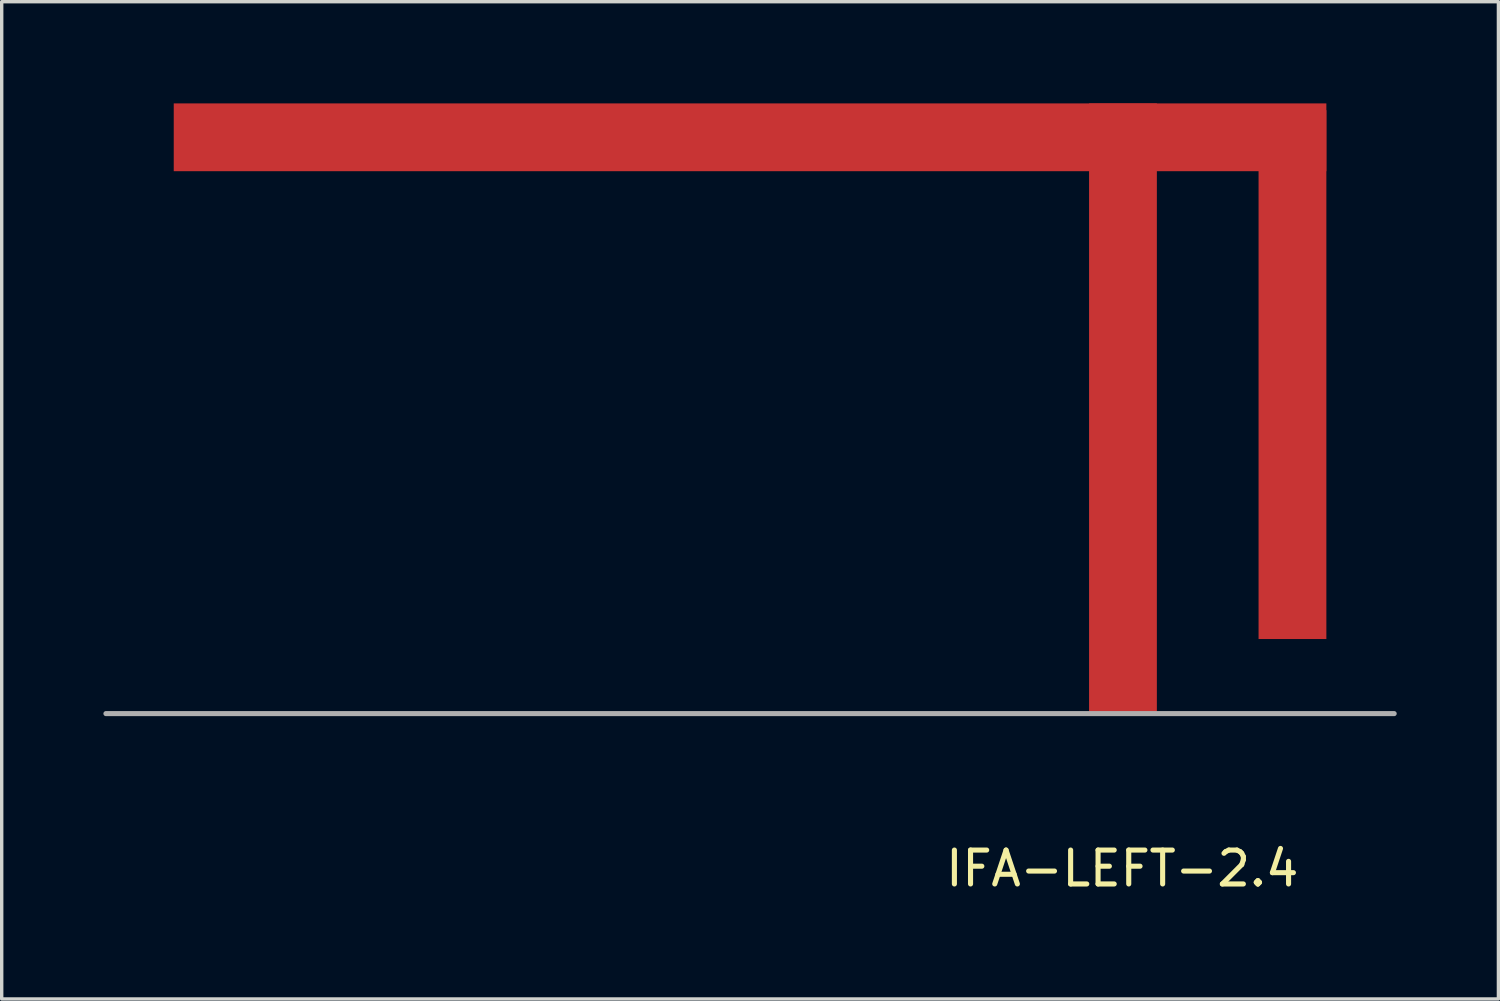
<source format=kicad_pcb>
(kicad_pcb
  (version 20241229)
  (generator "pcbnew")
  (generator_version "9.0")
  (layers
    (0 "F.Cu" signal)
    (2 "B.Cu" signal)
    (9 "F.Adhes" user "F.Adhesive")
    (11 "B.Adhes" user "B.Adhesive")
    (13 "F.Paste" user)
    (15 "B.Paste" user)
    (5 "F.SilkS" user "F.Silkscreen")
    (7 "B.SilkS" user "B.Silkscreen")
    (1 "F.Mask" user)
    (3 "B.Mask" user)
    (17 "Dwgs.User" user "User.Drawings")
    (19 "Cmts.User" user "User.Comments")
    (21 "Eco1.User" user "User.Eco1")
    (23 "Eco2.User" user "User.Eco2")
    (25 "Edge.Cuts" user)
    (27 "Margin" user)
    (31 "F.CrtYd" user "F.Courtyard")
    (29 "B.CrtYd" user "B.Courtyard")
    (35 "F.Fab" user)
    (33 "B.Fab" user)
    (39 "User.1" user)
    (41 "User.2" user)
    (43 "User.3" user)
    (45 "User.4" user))
  (footprint "IFA-LEFT-2.4"
    (layer "F.Cu")
    (at 30.075 18)
    (property "Reference" "IFA-LEFT-2.4" (at -0.02 4.57 0) (layer "F.SilkS") (effects (font (size 1 1) (thickness 0.15))))
    (attr exclude_from_pos_files exclude_from_bom)
    (fp_line (start 8 0) (end -30 0) (stroke (width 0.15) (type solid)) (layer "F.Fab"))
    (pad "1" smd rect (at -11 -17) (size 34 2) (layers "F.Cu" "F.Mask" "F.Paste"))
    (pad "1" smd rect (at 0 -9) (size 2 18) (layers "F.Cu" "F.Mask" "F.Paste"))
    (pad "1" smd rect (at 5 -10) (size 2 15.6) (layers "F.Cu" "F.Mask" "F.Paste")))
  (gr_rect
    (start -3 -3)
    (end 41.15 26.418)
    (stroke (width 0.1) (type default))
    (fill no)
    (layer "Edge.Cuts")))
</source>
